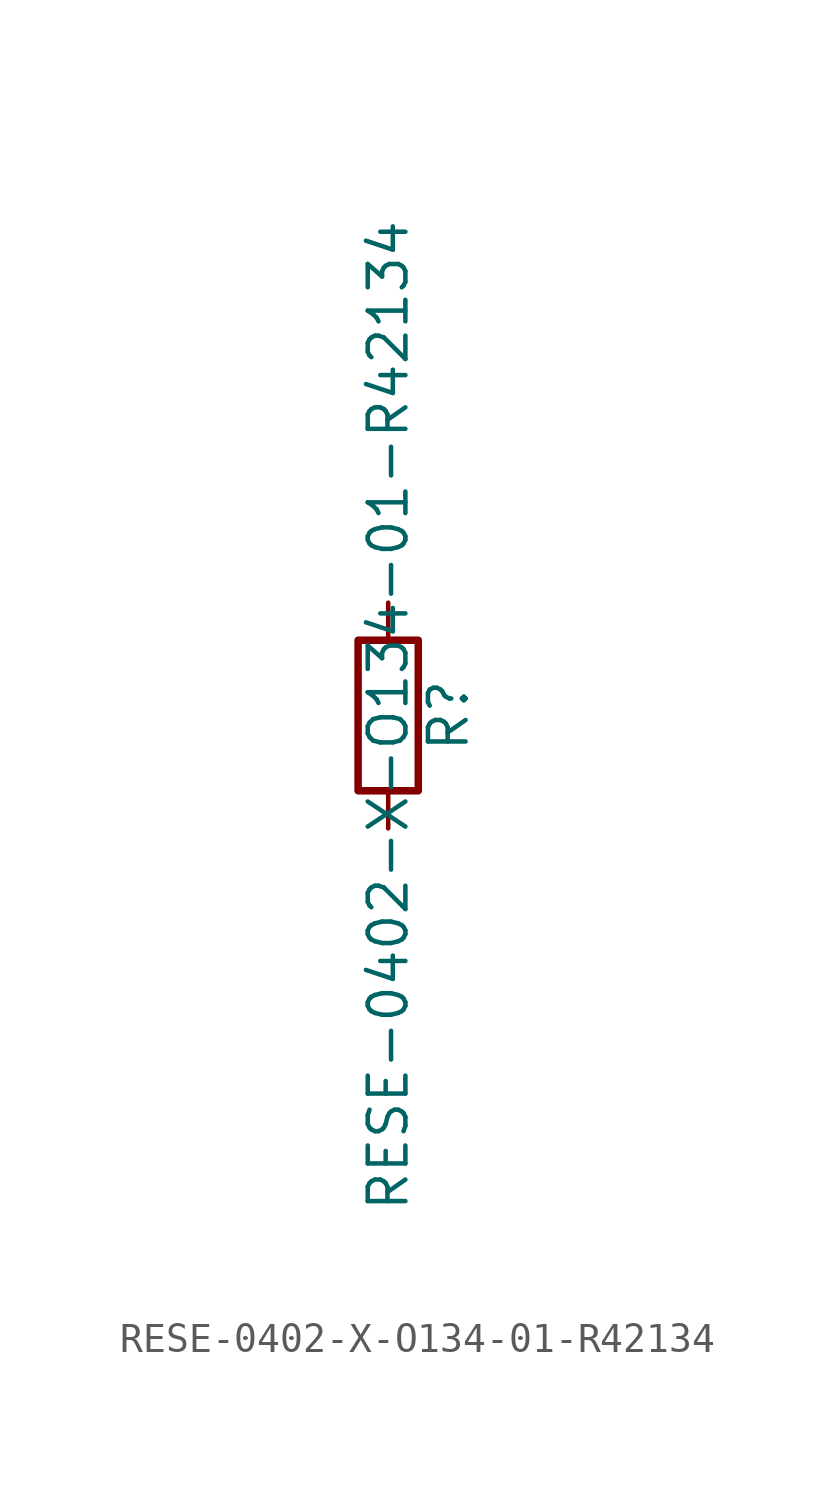
<source format=kicad_sym>
(kicad_symbol_lib
  (version 20211014)
  (generator kicad_symbol_editor)
  (symbol "RESE-0402-X-O134-01-R42134"
    (pin_numbers hide)
    (pin_names
      (offset 0))
    (property "Reference" "R"
      (at 2.032 0 90)
      (effects (font (size 1.27 1.27))))
    (property "Value" "RESE-0402-X-O134-01-R42134"
      (at 0 0 90)
      (effects (font (size 1.27 1.27))))
    (symbol "RESE-0402-X-O134-01-R42134_0_1"
      (rectangle (start -1.016 -2.54) (end 1.016 2.54) (stroke (width 0.254) (type default) (color 0 0 0 0)) (fill (type none))))
    (symbol "RESE-0402-X-O134-01-R42134_1_1"
      (pin passive line (at 0 3.81 270) (length 1.27) (name "~" (effects (font (size 1.27 1.27)))) (number "1" (effects (font (size 1.27 1.27)))))
      (pin passive line (at 0 -3.81 90) (length 1.27) (name "~" (effects (font (size 1.27 1.27)))) (number "2" (effects (font (size 1.27 1.27))))))))
</source>
